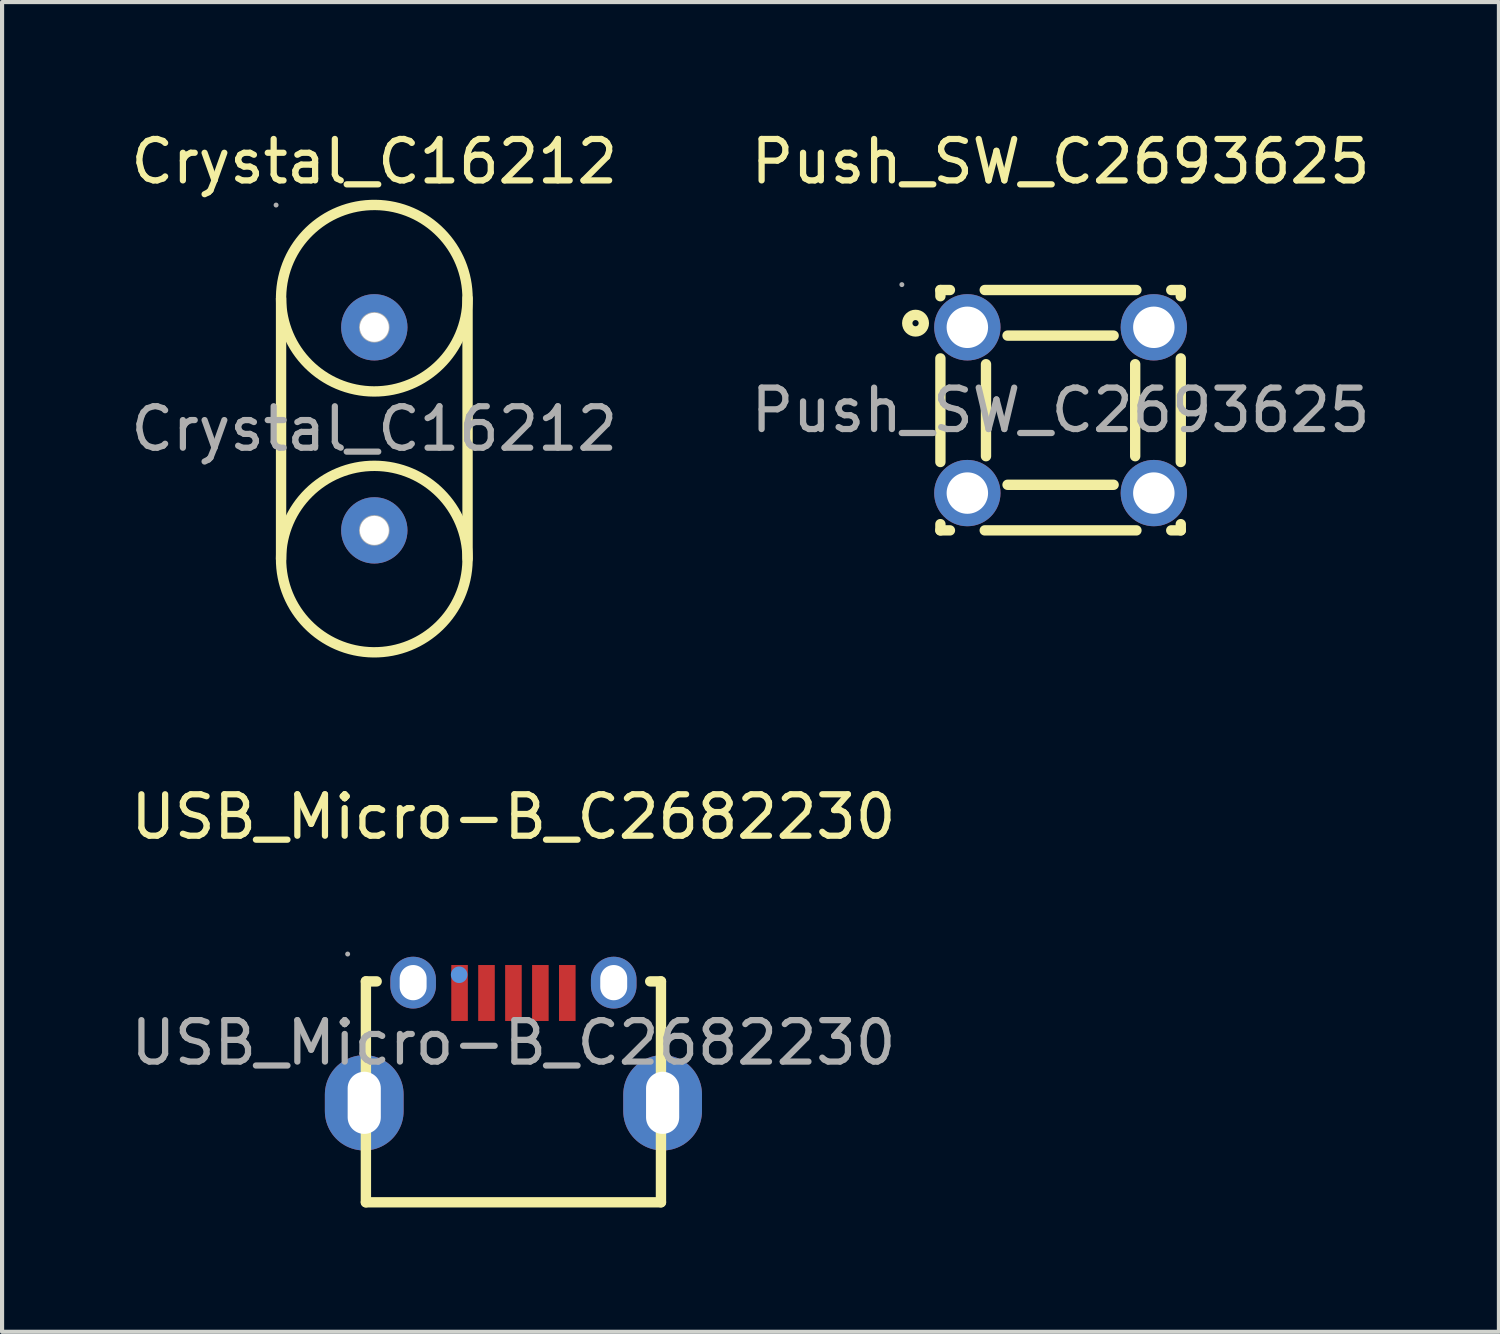
<source format=kicad_pcb>
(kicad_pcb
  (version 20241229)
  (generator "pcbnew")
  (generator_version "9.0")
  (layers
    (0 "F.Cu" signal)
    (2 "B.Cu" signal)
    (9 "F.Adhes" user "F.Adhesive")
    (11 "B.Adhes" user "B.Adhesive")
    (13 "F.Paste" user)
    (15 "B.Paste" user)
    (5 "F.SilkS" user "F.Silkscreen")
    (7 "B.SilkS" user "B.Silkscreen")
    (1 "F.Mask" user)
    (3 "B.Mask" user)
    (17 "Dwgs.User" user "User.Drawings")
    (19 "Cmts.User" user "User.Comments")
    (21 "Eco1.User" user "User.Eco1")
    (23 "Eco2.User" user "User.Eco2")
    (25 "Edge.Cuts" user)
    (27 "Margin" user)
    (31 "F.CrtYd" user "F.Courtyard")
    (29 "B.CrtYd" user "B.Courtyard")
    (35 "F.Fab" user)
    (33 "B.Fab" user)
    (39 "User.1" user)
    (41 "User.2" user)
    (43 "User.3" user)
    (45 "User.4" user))
  (footprint "USB_Micro-B_C2682230"
    (layer "F.Cu")
    (at 9.339 22.111)
    (property "Reference" "USB_Micro-B_C2682230" (at 0 -5.45 0) (layer "F.SilkS") (effects (font (size 1 1) (thickness 0.15))))
    (attr through_hole)
    (fp_line (start -3.56 -1.48) (end -3.56 3.85) (stroke (width 0.25) (type solid)) (layer "F.SilkS"))
    (fp_line (start -3.56 3.85) (end 3.56 3.85) (stroke (width 0.25) (type solid)) (layer "F.SilkS"))
    (fp_line (start -3.3 -1.48) (end -3.56 -1.48) (stroke (width 0.25) (type solid)) (layer "F.SilkS"))
    (fp_line (start 3.56 -1.48) (end 3.3 -1.48) (stroke (width 0.25) (type solid)) (layer "F.SilkS"))
    (fp_line (start 3.56 3.85) (end 3.56 -1.48) (stroke (width 0.25) (type solid)) (layer "F.SilkS"))
    (fp_circle (center -1.31 -1.64) (end -1.21 -1.64) (stroke (width 0.2) (type solid)) (fill no) (layer "Cmts.User"))
    (fp_circle (center -4 -2.14) (end -3.97 -2.14) (stroke (width 0.06) (type solid)) (fill no) (layer "F.Fab"))
    (fp_text user "${REFERENCE}" (at 0 0 0) (layer "F.Fab") (effects (font (size 1 1) (thickness 0.15))))
    (pad "1" smd rect (at -1.3 -1.2) (size 0.4 1.35) (layers "F.Cu" "F.Mask" "F.Paste"))
    (pad "2" smd rect (at -0.65 -1.2) (size 0.4 1.35) (layers "F.Cu" "F.Mask" "F.Paste"))
    (pad "3" smd rect (at 0 -1.2) (size 0.4 1.35) (layers "F.Cu" "F.Mask" "F.Paste"))
    (pad "4" smd rect (at 0.65 -1.2) (size 0.4 1.35) (layers "F.Cu" "F.Mask" "F.Paste"))
    (pad "5" smd rect (at 1.3 -1.2) (size 0.4 1.35) (layers "F.Cu" "F.Mask" "F.Paste"))
    (pad "6" thru_hole oval (at 2.42 -1.45) (size 1.1 1.25) (drill oval 0.65 0.85) (layers "*.Cu" "*.Paste" "*.Mask"))
    (pad "7" thru_hole oval (at 3.6 1.45) (size 1.9 2.3) (drill oval 0.8 1.5) (layers "*.Cu" "*.Paste" "*.Mask"))
    (pad "8" thru_hole oval (at -3.6 1.45) (size 1.9 2.3) (drill oval 0.8 1.5) (layers "*.Cu" "*.Paste" "*.Mask"))
    (pad "9" thru_hole oval (at -2.42 -1.45) (size 1.1 1.25) (drill oval 0.65 0.85) (layers "*.Cu" "*.Paste" "*.Mask")))
  (footprint "Push_SW_C2693625"
    (layer "F.Cu")
    (at 22.542 6.848)
    (property "Reference" "Push_SW_C2693625" (at 0 -6 0) (layer "F.SilkS") (effects (font (size 1 1) (thickness 0.15))))
    (attr through_hole)
    (fp_line (start -2.9 -2.9) (end -2.67 -2.9) (stroke (width 0.25) (type solid)) (layer "F.SilkS"))
    (fp_line (start -2.9 -2.75) (end -2.9 -2.9) (stroke (width 0.25) (type solid)) (layer "F.SilkS"))
    (fp_line (start -2.9 1.25) (end -2.9 -1.25) (stroke (width 0.25) (type solid)) (layer "F.SilkS"))
    (fp_line (start -2.9 2.9) (end -2.9 2.75) (stroke (width 0.25) (type solid)) (layer "F.SilkS"))
    (fp_line (start -2.67 2.9) (end -2.9 2.9) (stroke (width 0.25) (type solid)) (layer "F.SilkS"))
    (fp_line (start -1.83 -2.9) (end 1.83 -2.9) (stroke (width 0.25) (type solid)) (layer "F.SilkS"))
    (fp_line (start -1.8 1.11) (end -1.8 -1.11) (stroke (width 0.25) (type solid)) (layer "F.SilkS"))
    (fp_line (start -1.28 -1.8) (end 1.28 -1.8) (stroke (width 0.25) (type solid)) (layer "F.SilkS"))
    (fp_line (start 1.28 1.8) (end -1.28 1.8) (stroke (width 0.25) (type solid)) (layer "F.SilkS"))
    (fp_line (start 1.8 -1.11) (end 1.8 1.11) (stroke (width 0.25) (type solid)) (layer "F.SilkS"))
    (fp_line (start 1.83 2.9) (end -1.83 2.9) (stroke (width 0.25) (type solid)) (layer "F.SilkS"))
    (fp_line (start 2.67 -2.9) (end 2.9 -2.9) (stroke (width 0.25) (type solid)) (layer "F.SilkS"))
    (fp_line (start 2.9 -2.9) (end 2.9 -2.75) (stroke (width 0.25) (type solid)) (layer "F.SilkS"))
    (fp_line (start 2.9 -1.25) (end 2.9 1.25) (stroke (width 0.25) (type solid)) (layer "F.SilkS"))
    (fp_line (start 2.9 2.75) (end 2.9 2.9) (stroke (width 0.25) (type solid)) (layer "F.SilkS"))
    (fp_line (start 2.9 2.9) (end 2.67 2.9) (stroke (width 0.25) (type solid)) (layer "F.SilkS"))
    (fp_circle (center -3.5 -2.1) (end -3.3 -2.1) (stroke (width 0.25) (type solid)) (fill no) (layer "F.SilkS"))
    (fp_circle (center -3.83 -3.03) (end -3.8 -3.03) (stroke (width 0.06) (type solid)) (fill no) (layer "F.Fab"))
    (fp_circle (center -2.25 -2) (end -2.05 -2) (stroke (width 0.4) (type solid)) (fill no) (layer "F.Fab"))
    (fp_circle (center -2.25 2) (end -2.05 2) (stroke (width 0.4) (type solid)) (fill no) (layer "F.Fab"))
    (fp_circle (center 2.25 -2) (end 2.45 -2) (stroke (width 0.4) (type solid)) (fill no) (layer "F.Fab"))
    (fp_circle (center 2.25 2) (end 2.45 2) (stroke (width 0.4) (type solid)) (fill no) (layer "F.Fab"))
    (fp_text user "${REFERENCE}" (at 0 0 0) (layer "F.Fab") (effects (font (size 1 1) (thickness 0.15))))
    (pad "1" thru_hole circle (at -2.25 -2 90) (size 1.6 1.6) (drill 1) (layers "*.Cu" "*.Paste" "*.Mask"))
    (pad "2" thru_hole circle (at -2.25 2 90) (size 1.6 1.6) (drill 1) (layers "*.Cu" "*.Paste" "*.Mask"))
    (pad "3" thru_hole circle (at 2.25 -2 90) (size 1.6 1.6) (drill 1) (layers "*.Cu" "*.Paste" "*.Mask"))
    (pad "4" thru_hole circle (at 2.25 2 90) (size 1.6 1.6) (drill 1) (layers "*.Cu" "*.Paste" "*.Mask")))
  (footprint "Crystal_C16212"
    (layer "F.Cu")
    (at 5.982 7.298)
    (property "Reference" "Crystal_C16212" (at 0 -6.45 0) (layer "F.SilkS") (effects (font (size 1 1) (thickness 0.15))))
    (attr through_hole)
    (fp_line (start -2.25 3.14) (end -2.25 -3.15) (stroke (width 0.25) (type solid)) (layer "F.SilkS"))
    (fp_line (start 2.25 3.14) (end 2.25 -3.15) (stroke (width 0.25) (type solid)) (layer "F.SilkS"))
    (fp_arc (start -2.249657 -3.189268) (mid 2.249914 -3.130365) (end -2.25 -3.15) (stroke (width 0.25) (type solid)) (layer "F.SilkS"))
    (fp_arc (start 2.249657 3.179268) (mid -2.249914 3.120365) (end 2.25 3.14) (stroke (width 0.25) (type solid)) (layer "F.SilkS"))
    (fp_circle (center -2.37 -5.4) (end -2.34 -5.4) (stroke (width 0.06) (type solid)) (fill no) (layer "F.Fab"))
    (fp_circle (center 0 -2.45) (end 0.12 -2.45) (stroke (width 0.25) (type solid)) (fill no) (layer "F.Fab"))
    (fp_circle (center 0 2.45) (end 0.12 2.45) (stroke (width 0.25) (type solid)) (fill no) (layer "F.Fab"))
    (fp_text user "${REFERENCE}" (at 0 0 0) (layer "F.Fab") (effects (font (size 1 1) (thickness 0.15))))
    (pad "1" thru_hole circle (at 0 -2.45 270) (size 1.6 1.6) (drill 0.7) (layers "*.Cu" "*.Paste" "*.Mask"))
    (pad "2" thru_hole circle (at 0 2.45 270) (size 1.6 1.6) (drill 0.7) (layers "*.Cu" "*.Paste" "*.Mask")))
  (gr_rect
    (start -3 -3)
    (end 33.119 29.087)
    (stroke (width 0.1) (type default))
    (fill no)
    (layer "Edge.Cuts")))
</source>
